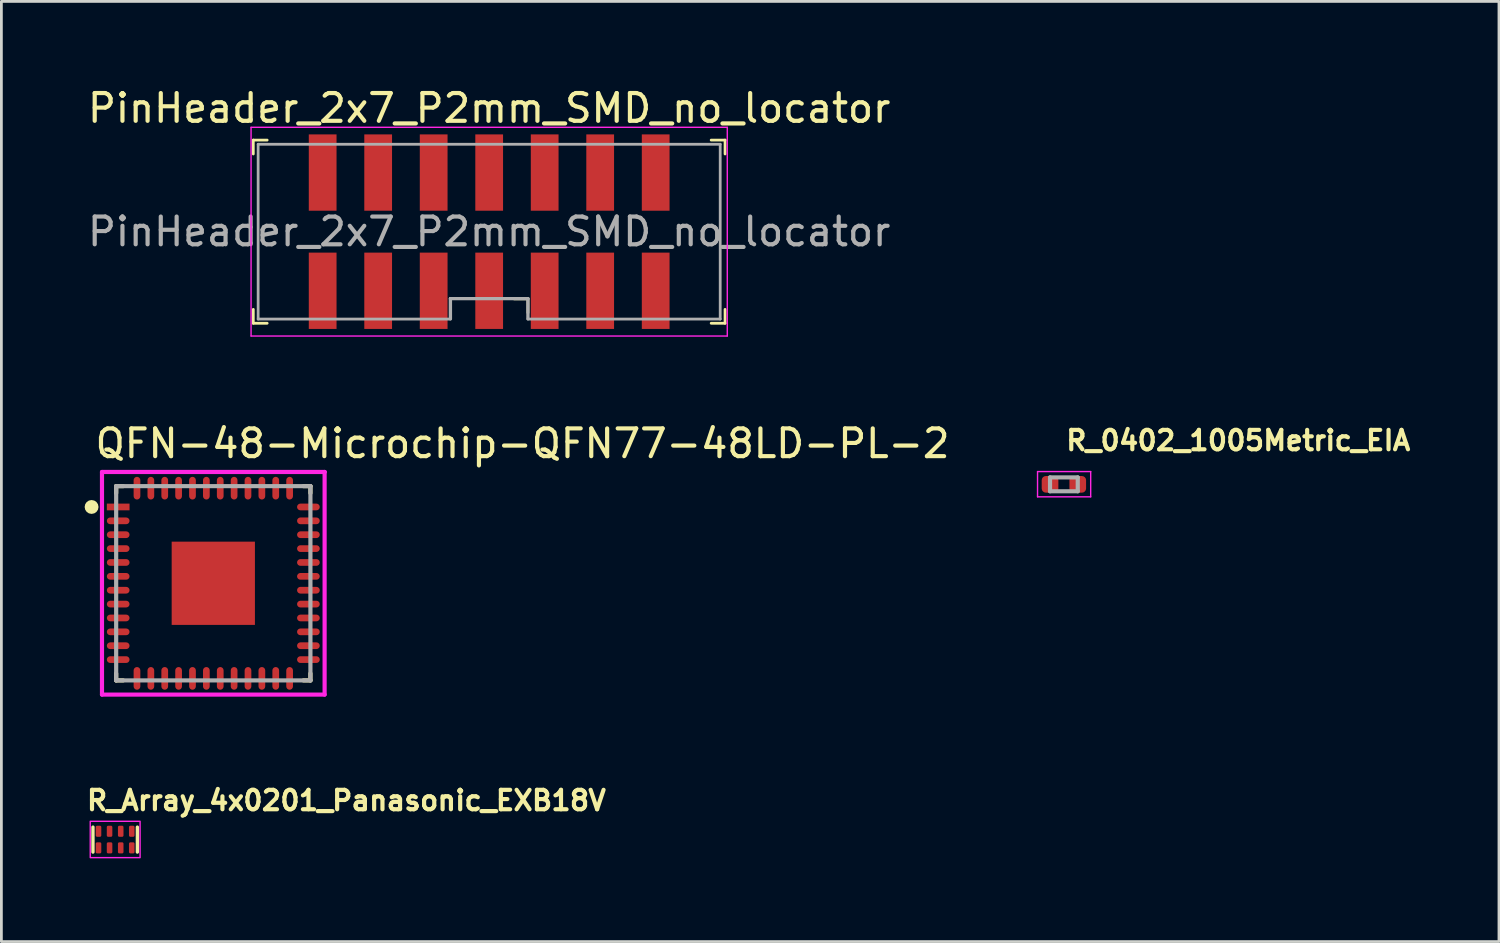
<source format=kicad_pcb>
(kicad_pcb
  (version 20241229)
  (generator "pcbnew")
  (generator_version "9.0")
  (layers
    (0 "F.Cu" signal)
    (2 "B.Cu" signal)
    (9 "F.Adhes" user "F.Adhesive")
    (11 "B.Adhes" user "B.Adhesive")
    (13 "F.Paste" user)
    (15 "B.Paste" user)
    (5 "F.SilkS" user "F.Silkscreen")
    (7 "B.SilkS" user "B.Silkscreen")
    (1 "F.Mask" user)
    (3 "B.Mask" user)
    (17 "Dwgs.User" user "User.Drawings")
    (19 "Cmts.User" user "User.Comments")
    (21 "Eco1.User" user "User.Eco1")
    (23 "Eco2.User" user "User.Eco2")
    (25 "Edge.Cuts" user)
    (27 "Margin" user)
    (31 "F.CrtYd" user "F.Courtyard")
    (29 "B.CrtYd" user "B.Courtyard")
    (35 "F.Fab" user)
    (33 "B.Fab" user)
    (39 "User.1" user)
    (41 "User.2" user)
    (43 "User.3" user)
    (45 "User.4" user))
  (footprint "R_0402_1005Metric_EIA"
    (layer "F.Cu")
    (at 35.287 14.403)
    (property "Reference" "R_0402_1005Metric_EIA" (at 0 -1.17 0) (layer "F.SilkS") (effects (font (size 0.7 0.7) (thickness 0.15)) (justify left bottom)))
    (attr smd)
    (fp_line (start -0.95 -0.46) (end 0.965 -0.46) (stroke (width 0.05) (type solid)) (layer "F.CrtYd"))
    (fp_line (start -0.95 0.45) (end -0.95 -0.46) (stroke (width 0.05) (type solid)) (layer "F.CrtYd"))
    (fp_line (start 0.965 -0.46) (end 0.965 0.45) (stroke (width 0.05) (type solid)) (layer "F.CrtYd"))
    (fp_line (start 0.965 0.45) (end -0.95 0.45) (stroke (width 0.05) (type solid)) (layer "F.CrtYd"))
    (fp_line (start -0.5 -0.25) (end 0.499 -0.25) (stroke (width 0.15) (type solid)) (layer "F.Fab"))
    (fp_line (start -0.5 0.249) (end -0.5 -0.25) (stroke (width 0.15) (type solid)) (layer "F.Fab"))
    (fp_line (start 0.499 -0.25) (end 0.499 0.249) (stroke (width 0.15) (type solid)) (layer "F.Fab"))
    (fp_line (start 0.499 0.249) (end -0.5 0.249) (stroke (width 0.15) (type solid)) (layer "F.Fab"))
    (fp_rect (start -0.5 -0.25) (end 0.5 0.25) (stroke (width 0.15) (type solid)) (fill no) (layer "User.5"))
    (fp_line (start -0.5 0.25) (end -0.5 -0.25) (stroke (width 0.01) (type solid)) (layer "User.9"))
    (fp_line (start -0.25 -0.25) (end -0.5 -0.25) (stroke (width 0.01) (type solid)) (layer "User.9"))
    (fp_line (start -0.25 0.25) (end -0.5 0.25) (stroke (width 0.01) (type solid)) (layer "User.9"))
    (fp_line (start -0.25 0.25) (end -0.25 -0.25) (stroke (width 0.01) (type solid)) (layer "User.9"))
    (fp_line (start 0.25 -0.25) (end 0.25 0.25) (stroke (width 0.01) (type solid)) (layer "User.9"))
    (fp_line (start 0.25 -0.23) (end -0.25 -0.23) (stroke (width 0.01) (type solid)) (layer "User.9"))
    (fp_line (start 0.25 0.23) (end -0.25 0.23) (stroke (width 0.01) (type solid)) (layer "User.9"))
    (fp_line (start 0.25 0.25) (end 0.5 0.25) (stroke (width 0.01) (type solid)) (layer "User.9"))
    (fp_line (start 0.5 -0.25) (end 0.25 -0.25) (stroke (width 0.01) (type solid)) (layer "User.9"))
    (fp_line (start 0.5 0.25) (end 0.5 -0.25) (stroke (width 0.01) (type solid)) (layer "User.9"))
    (pad "1" smd roundrect (at -0.5 0 90) (size 0.6 0.6) (layers "F.Cu" "F.Mask" "F.Paste") (roundrect_rratio 0.25))
    (pad "2" smd roundrect (at 0.499 0) (size 0.6 0.6) (layers "F.Cu" "F.Mask" "F.Paste") (roundrect_rratio 0.25)))
  (footprint "R_Array_4x0201_Panasonic_EXB18V"
    (layer "F.Cu")
    (at 1.1 27.204)
    (property "Reference" "R_Array_4x0201_Panasonic_EXB18V" (at -1.1 -1 180) (layer "F.SilkS") (effects (font (size 0.7 0.7) (thickness 0.15)) (justify left bottom)))
    (attr smd)
    (fp_line (start -0.8 -0.45) (end -0.8 0.45) (stroke (width 0.12) (type solid)) (layer "F.SilkS"))
    (fp_line (start 0.8 -0.45) (end 0.8 0.45) (stroke (width 0.12) (type solid)) (layer "F.SilkS"))
    (fp_rect (start -0.898 -0.66) (end 0.898 0.65) (stroke (width 0.05) (type solid)) (fill no) (layer "F.CrtYd"))
    (fp_rect (start -0.749 -0.356) (end 0.747 0.354) (stroke (width 0.1) (type solid)) (fill no) (layer "User.5"))
    (fp_line (start -0.749 -0.332) (end -0.749 0.33) (stroke (width 0.02) (type solid)) (layer "User.9"))
    (fp_line (start -0.749 0.33) (end -0.711 0.33) (stroke (width 0.02) (type solid)) (layer "User.9"))
    (fp_line (start -0.711 -0.356) (end -0.508 -0.356) (stroke (width 0.02) (type solid)) (layer "User.9"))
    (fp_line (start -0.711 -0.332) (end -0.749 -0.332) (stroke (width 0.02) (type solid)) (layer "User.9"))
    (fp_line (start -0.711 -0.127) (end -0.711 -0.356) (stroke (width 0.02) (type solid)) (layer "User.9"))
    (fp_line (start -0.711 0.125) (end -0.508 0.125) (stroke (width 0.02) (type solid)) (layer "User.9"))
    (fp_line (start -0.711 0.354) (end -0.711 0.125) (stroke (width 0.02) (type solid)) (layer "User.9"))
    (fp_line (start -0.508 -0.356) (end -0.508 -0.127) (stroke (width 0.02) (type solid)) (layer "User.9"))
    (fp_line (start -0.508 -0.127) (end -0.711 -0.127) (stroke (width 0.02) (type solid)) (layer "User.9"))
    (fp_line (start -0.508 0.125) (end -0.508 0.354) (stroke (width 0.02) (type solid)) (layer "User.9"))
    (fp_line (start -0.508 0.33) (end -0.305 0.33) (stroke (width 0.02) (type solid)) (layer "User.9"))
    (fp_line (start -0.508 0.354) (end -0.711 0.354) (stroke (width 0.02) (type solid)) (layer "User.9"))
    (fp_line (start -0.305 -0.356) (end -0.103 -0.356) (stroke (width 0.02) (type solid)) (layer "User.9"))
    (fp_line (start -0.305 -0.332) (end -0.508 -0.332) (stroke (width 0.02) (type solid)) (layer "User.9"))
    (fp_line (start -0.305 -0.127) (end -0.305 -0.356) (stroke (width 0.02) (type solid)) (layer "User.9"))
    (fp_line (start -0.305 0.125) (end -0.103 0.125) (stroke (width 0.02) (type solid)) (layer "User.9"))
    (fp_line (start -0.305 0.354) (end -0.305 0.125) (stroke (width 0.02) (type solid)) (layer "User.9"))
    (fp_line (start -0.103 -0.356) (end -0.103 -0.127) (stroke (width 0.02) (type solid)) (layer "User.9"))
    (fp_line (start -0.103 -0.127) (end -0.305 -0.127) (stroke (width 0.02) (type solid)) (layer "User.9"))
    (fp_line (start -0.103 0.125) (end -0.103 0.354) (stroke (width 0.02) (type solid)) (layer "User.9"))
    (fp_line (start -0.103 0.33) (end 0.101 0.33) (stroke (width 0.02) (type solid)) (layer "User.9"))
    (fp_line (start -0.103 0.354) (end -0.305 0.354) (stroke (width 0.02) (type solid)) (layer "User.9"))
    (fp_line (start 0.101 -0.356) (end 0.303 -0.356) (stroke (width 0.02) (type solid)) (layer "User.9"))
    (fp_line (start 0.101 -0.332) (end -0.103 -0.332) (stroke (width 0.02) (type solid)) (layer "User.9"))
    (fp_line (start 0.101 -0.127) (end 0.101 -0.356) (stroke (width 0.02) (type solid)) (layer "User.9"))
    (fp_line (start 0.101 0.125) (end 0.303 0.125) (stroke (width 0.02) (type solid)) (layer "User.9"))
    (fp_line (start 0.101 0.354) (end 0.101 0.125) (stroke (width 0.02) (type solid)) (layer "User.9"))
    (fp_line (start 0.303 -0.356) (end 0.303 -0.127) (stroke (width 0.02) (type solid)) (layer "User.9"))
    (fp_line (start 0.303 -0.127) (end 0.101 -0.127) (stroke (width 0.02) (type solid)) (layer "User.9"))
    (fp_line (start 0.303 0.125) (end 0.303 0.354) (stroke (width 0.02) (type solid)) (layer "User.9"))
    (fp_line (start 0.303 0.33) (end 0.506 0.33) (stroke (width 0.02) (type solid)) (layer "User.9"))
    (fp_line (start 0.303 0.354) (end 0.101 0.354) (stroke (width 0.02) (type solid)) (layer "User.9"))
    (fp_line (start 0.506 -0.356) (end 0.709 -0.356) (stroke (width 0.02) (type solid)) (layer "User.9"))
    (fp_line (start 0.506 -0.332) (end 0.303 -0.332) (stroke (width 0.02) (type solid)) (layer "User.9"))
    (fp_line (start 0.506 -0.127) (end 0.506 -0.356) (stroke (width 0.02) (type solid)) (layer "User.9"))
    (fp_line (start 0.506 0.125) (end 0.709 0.125) (stroke (width 0.02) (type solid)) (layer "User.9"))
    (fp_line (start 0.506 0.354) (end 0.506 0.125) (stroke (width 0.02) (type solid)) (layer "User.9"))
    (fp_line (start 0.709 -0.356) (end 0.709 -0.127) (stroke (width 0.02) (type solid)) (layer "User.9"))
    (fp_line (start 0.709 -0.127) (end 0.506 -0.127) (stroke (width 0.02) (type solid)) (layer "User.9"))
    (fp_line (start 0.709 0.125) (end 0.709 0.354) (stroke (width 0.02) (type solid)) (layer "User.9"))
    (fp_line (start 0.709 0.33) (end 0.747 0.33) (stroke (width 0.02) (type solid)) (layer "User.9"))
    (fp_line (start 0.709 0.354) (end 0.506 0.354) (stroke (width 0.02) (type solid)) (layer "User.9"))
    (fp_line (start 0.747 -0.332) (end 0.709 -0.332) (stroke (width 0.02) (type solid)) (layer "User.9"))
    (fp_line (start 0.747 0.33) (end 0.747 -0.332) (stroke (width 0.02) (type solid)) (layer "User.9"))
    (pad "1" smd roundrect (at -0.6 0.298) (size 0.2 0.4) (layers "F.Cu" "F.Mask" "F.Paste") (roundrect_rratio 0.25))
    (pad "2" smd roundrect (at -0.202 0.298) (size 0.2 0.4) (layers "F.Cu" "F.Mask" "F.Paste") (roundrect_rratio 0.25))
    (pad "3" smd roundrect (at 0.2 0.298) (size 0.2 0.4) (layers "F.Cu" "F.Mask" "F.Paste") (roundrect_rratio 0.25))
    (pad "4" smd roundrect (at 0.598 0.298) (size 0.2 0.4) (layers "F.Cu" "F.Mask" "F.Paste") (roundrect_rratio 0.25))
    (pad "5" smd roundrect (at 0.598 -0.3) (size 0.2 0.4) (layers "F.Cu" "F.Mask" "F.Paste") (roundrect_rratio 0.25))
    (pad "6" smd roundrect (at 0.2 -0.3) (size 0.2 0.4) (layers "F.Cu" "F.Mask" "F.Paste") (roundrect_rratio 0.25))
    (pad "7" smd roundrect (at -0.202 -0.3) (size 0.2 0.4) (layers "F.Cu" "F.Mask" "F.Paste") (roundrect_rratio 0.25))
    (pad "8" smd roundrect (at -0.6 -0.3) (size 0.2 0.4) (layers "F.Cu" "F.Mask" "F.Paste") (roundrect_rratio 0.25)))
  (footprint "QFN-48-Microchip-QFN77-48LD-PL-2"
    (layer "F.Cu")
    (at 4.636 17.968)
    (property "Reference" "QFN-48-Microchip-QFN77-48LD-PL-2" (at -4.336 -5.036 0) (layer "F.SilkS") (effects (font (size 1 1) (thickness 0.15)) (justify left)))
    (attr smd)
    (fp_line (start -3.5 -3.5) (end -3.5 -3.25) (stroke (width 0.15) (type solid)) (layer "F.SilkS"))
    (fp_line (start -3.5 3.5) (end -3.5 3.25) (stroke (width 0.15) (type solid)) (layer "F.SilkS"))
    (fp_line (start -3.25 -3.5) (end -3.5 -3.5) (stroke (width 0.15) (type solid)) (layer "F.SilkS"))
    (fp_line (start -3.25 3.5) (end -3.5 3.5) (stroke (width 0.15) (type solid)) (layer "F.SilkS"))
    (fp_line (start 3.25 -3.5) (end 3.5 -3.5) (stroke (width 0.15) (type solid)) (layer "F.SilkS"))
    (fp_line (start 3.25 3.5) (end 3.5 3.5) (stroke (width 0.15) (type solid)) (layer "F.SilkS"))
    (fp_line (start 3.5 -3.5) (end 3.5 -3.25) (stroke (width 0.15) (type solid)) (layer "F.SilkS"))
    (fp_line (start 3.5 3.5) (end 3.5 3.25) (stroke (width 0.15) (type solid)) (layer "F.SilkS"))
    (fp_circle (center -4.386 -2.75) (end -4.261 -2.75) (stroke (width 0.25) (type solid)) (fill no) (layer "F.SilkS"))
    (fp_poly (pts (xy -0.122 -0.122) (xy -1.113 -0.122) (xy -1.113 -1.113) (xy -0.122 -1.113)) (stroke (width 0.1) (type solid)) (fill yes) (layer "F.Paste"))
    (fp_poly (pts (xy -0.122 1.128) (xy -1.113 1.128) (xy -1.113 0.137) (xy -0.122 0.137)) (stroke (width 0.1) (type solid)) (fill yes) (layer "F.Paste"))
    (fp_poly (pts (xy 1.128 -0.122) (xy 0.137 -0.122) (xy 0.137 -1.113) (xy 1.128 -1.113)) (stroke (width 0.1) (type solid)) (fill yes) (layer "F.Paste"))
    (fp_poly (pts (xy 1.128 1.128) (xy 0.137 1.128) (xy 0.137 0.137) (xy 1.128 0.137)) (stroke (width 0.1) (type solid)) (fill yes) (layer "F.Paste"))
    (fp_line (start -4.011 -4.011) (end -4.011 4.011) (stroke (width 0.15) (type solid)) (layer "F.CrtYd"))
    (fp_line (start -4.011 4.011) (end 4.011 4.011) (stroke (width 0.15) (type solid)) (layer "F.CrtYd"))
    (fp_line (start 4.011 -4.011) (end -4.011 -4.011) (stroke (width 0.15) (type solid)) (layer "F.CrtYd"))
    (fp_line (start 4.011 -4.011) (end 4.011 -4.011) (stroke (width 0.15) (type solid)) (layer "F.CrtYd"))
    (fp_line (start 4.011 4.011) (end 4.011 -4.011) (stroke (width 0.15) (type solid)) (layer "F.CrtYd"))
    (fp_line (start -3.5 -3.5) (end 3.5 -3.5) (stroke (width 0.15) (type solid)) (layer "F.Fab"))
    (fp_line (start -3.5 3.5) (end -3.5 -3.5) (stroke (width 0.15) (type solid)) (layer "F.Fab"))
    (fp_line (start 3.5 -3.5) (end 3.5 3.5) (stroke (width 0.15) (type solid)) (layer "F.Fab"))
    (fp_line (start 3.5 3.5) (end -3.5 3.5) (stroke (width 0.15) (type solid)) (layer "F.Fab"))
    (pad "1" smd rect (at -3.427 -2.75) (size 0.818 0.242) (layers "F.Cu" "F.Mask" "F.Paste"))
    (pad "2" smd roundrect (at -3.427 -2.25) (size 0.818 0.242) (layers "F.Cu" "F.Mask" "F.Paste") (roundrect_rratio 0.5))
    (pad "3" smd roundrect (at -3.427 -1.75) (size 0.818 0.242) (layers "F.Cu" "F.Mask" "F.Paste") (roundrect_rratio 0.5))
    (pad "4" smd roundrect (at -3.427 -1.25) (size 0.818 0.242) (layers "F.Cu" "F.Mask" "F.Paste") (roundrect_rratio 0.5))
    (pad "5" smd roundrect (at -3.427 -0.75) (size 0.818 0.242) (layers "F.Cu" "F.Mask" "F.Paste") (roundrect_rratio 0.5))
    (pad "6" smd roundrect (at -3.427 -0.25) (size 0.818 0.242) (layers "F.Cu" "F.Mask" "F.Paste") (roundrect_rratio 0.5))
    (pad "7" smd roundrect (at -3.427 0.25) (size 0.818 0.242) (layers "F.Cu" "F.Mask" "F.Paste") (roundrect_rratio 0.5))
    (pad "8" smd roundrect (at -3.427 0.75) (size 0.818 0.242) (layers "F.Cu" "F.Mask" "F.Paste") (roundrect_rratio 0.5))
    (pad "9" smd roundrect (at -3.427 1.25) (size 0.818 0.242) (layers "F.Cu" "F.Mask" "F.Paste") (roundrect_rratio 0.5))
    (pad "10" smd roundrect (at -3.427 1.75) (size 0.818 0.242) (layers "F.Cu" "F.Mask" "F.Paste") (roundrect_rratio 0.5))
    (pad "11" smd roundrect (at -3.427 2.25) (size 0.818 0.242) (layers "F.Cu" "F.Mask" "F.Paste") (roundrect_rratio 0.5))
    (pad "12" smd roundrect (at -3.427 2.75) (size 0.818 0.242) (layers "F.Cu" "F.Mask" "F.Paste") (roundrect_rratio 0.5))
    (pad "13" smd roundrect (at -2.75 3.427) (size 0.242 0.818) (layers "F.Cu" "F.Mask" "F.Paste") (roundrect_rratio 0.5))
    (pad "14" smd roundrect (at -2.25 3.427) (size 0.242 0.818) (layers "F.Cu" "F.Mask" "F.Paste") (roundrect_rratio 0.5))
    (pad "15" smd roundrect (at -1.75 3.427) (size 0.242 0.818) (layers "F.Cu" "F.Mask" "F.Paste") (roundrect_rratio 0.5))
    (pad "16" smd roundrect (at -1.25 3.427) (size 0.242 0.818) (layers "F.Cu" "F.Mask" "F.Paste") (roundrect_rratio 0.5))
    (pad "17" smd roundrect (at -0.75 3.427) (size 0.242 0.818) (layers "F.Cu" "F.Mask" "F.Paste") (roundrect_rratio 0.5))
    (pad "18" smd roundrect (at -0.25 3.427) (size 0.242 0.818) (layers "F.Cu" "F.Mask" "F.Paste") (roundrect_rratio 0.5))
    (pad "19" smd roundrect (at 0.25 3.427) (size 0.242 0.818) (layers "F.Cu" "F.Mask" "F.Paste") (roundrect_rratio 0.5))
    (pad "20" smd roundrect (at 0.75 3.427) (size 0.242 0.818) (layers "F.Cu" "F.Mask" "F.Paste") (roundrect_rratio 0.5))
    (pad "21" smd roundrect (at 1.25 3.427) (size 0.242 0.818) (layers "F.Cu" "F.Mask" "F.Paste") (roundrect_rratio 0.5))
    (pad "22" smd roundrect (at 1.75 3.427) (size 0.242 0.818) (layers "F.Cu" "F.Mask" "F.Paste") (roundrect_rratio 0.5))
    (pad "23" smd roundrect (at 2.25 3.427) (size 0.242 0.818) (layers "F.Cu" "F.Mask" "F.Paste") (roundrect_rratio 0.5))
    (pad "24" smd roundrect (at 2.75 3.427) (size 0.242 0.818) (layers "F.Cu" "F.Mask" "F.Paste") (roundrect_rratio 0.5))
    (pad "25" smd roundrect (at 3.427 2.75) (size 0.818 0.242) (layers "F.Cu" "F.Mask" "F.Paste") (roundrect_rratio 0.5))
    (pad "26" smd roundrect (at 3.427 2.25) (size 0.818 0.242) (layers "F.Cu" "F.Mask" "F.Paste") (roundrect_rratio 0.5))
    (pad "27" smd roundrect (at 3.427 1.75) (size 0.818 0.242) (layers "F.Cu" "F.Mask" "F.Paste") (roundrect_rratio 0.5))
    (pad "28" smd roundrect (at 3.427 1.25) (size 0.818 0.242) (layers "F.Cu" "F.Mask" "F.Paste") (roundrect_rratio 0.5))
    (pad "29" smd roundrect (at 3.427 0.75) (size 0.818 0.242) (layers "F.Cu" "F.Mask" "F.Paste") (roundrect_rratio 0.5))
    (pad "30" smd roundrect (at 3.427 0.25) (size 0.818 0.242) (layers "F.Cu" "F.Mask" "F.Paste") (roundrect_rratio 0.5))
    (pad "31" smd roundrect (at 3.427 -0.25) (size 0.818 0.242) (layers "F.Cu" "F.Mask" "F.Paste") (roundrect_rratio 0.5))
    (pad "32" smd roundrect (at 3.427 -0.75) (size 0.818 0.242) (layers "F.Cu" "F.Mask" "F.Paste") (roundrect_rratio 0.5))
    (pad "33" smd roundrect (at 3.427 -1.25) (size 0.818 0.242) (layers "F.Cu" "F.Mask" "F.Paste") (roundrect_rratio 0.5))
    (pad "34" smd roundrect (at 3.427 -1.75) (size 0.818 0.242) (layers "F.Cu" "F.Mask" "F.Paste") (roundrect_rratio 0.5))
    (pad "35" smd roundrect (at 3.427 -2.25) (size 0.818 0.242) (layers "F.Cu" "F.Mask" "F.Paste") (roundrect_rratio 0.5))
    (pad "36" smd roundrect (at 3.427 -2.75) (size 0.818 0.242) (layers "F.Cu" "F.Mask" "F.Paste") (roundrect_rratio 0.5))
    (pad "37" smd roundrect (at 2.75 -3.427) (size 0.242 0.818) (layers "F.Cu" "F.Mask" "F.Paste") (roundrect_rratio 0.5))
    (pad "38" smd roundrect (at 2.25 -3.427) (size 0.242 0.818) (layers "F.Cu" "F.Mask" "F.Paste") (roundrect_rratio 0.5))
    (pad "39" smd roundrect (at 1.75 -3.427) (size 0.242 0.818) (layers "F.Cu" "F.Mask" "F.Paste") (roundrect_rratio 0.5))
    (pad "40" smd roundrect (at 1.25 -3.427) (size 0.242 0.818) (layers "F.Cu" "F.Mask" "F.Paste") (roundrect_rratio 0.5))
    (pad "41" smd roundrect (at 0.75 -3.427) (size 0.242 0.818) (layers "F.Cu" "F.Mask" "F.Paste") (roundrect_rratio 0.5))
    (pad "42" smd roundrect (at 0.25 -3.427) (size 0.242 0.818) (layers "F.Cu" "F.Mask" "F.Paste") (roundrect_rratio 0.5))
    (pad "43" smd roundrect (at -0.25 -3.427) (size 0.242 0.818) (layers "F.Cu" "F.Mask" "F.Paste") (roundrect_rratio 0.5))
    (pad "44" smd roundrect (at -0.75 -3.427) (size 0.242 0.818) (layers "F.Cu" "F.Mask" "F.Paste") (roundrect_rratio 0.5))
    (pad "45" smd roundrect (at -1.25 -3.427) (size 0.242 0.818) (layers "F.Cu" "F.Mask" "F.Paste") (roundrect_rratio 0.5))
    (pad "46" smd roundrect (at -1.75 -3.427) (size 0.242 0.818) (layers "F.Cu" "F.Mask" "F.Paste") (roundrect_rratio 0.5))
    (pad "47" smd roundrect (at -2.25 -3.427) (size 0.242 0.818) (layers "F.Cu" "F.Mask" "F.Paste") (roundrect_rratio 0.5))
    (pad "48" smd roundrect (at -2.75 -3.427) (size 0.242 0.818) (layers "F.Cu" "F.Mask" "F.Paste") (roundrect_rratio 0.5))
    (pad "49" smd rect (at 0 0) (size 3 3) (layers "F.Cu" "F.Mask")))
  (footprint "PinHeader_2x7_P2mm_SMD_no_locator"
    (layer "F.Cu")
    (at 14.577 5.298)
    (property "Reference" "PinHeader_2x7_P2mm_SMD_no_locator" (at 0 -4.45 0) (layer "F.SilkS") (effects (font (size 1 1) (thickness 0.15))))
    (attr smd)
    (fp_line (start -8.5 -3.3) (end -8.5 -2.8) (stroke (width 0.1) (type solid)) (layer "F.SilkS"))
    (fp_line (start -8.5 -3.3) (end -8 -3.3) (stroke (width 0.1) (type solid)) (layer "F.SilkS"))
    (fp_line (start -8.5 3.3) (end -8.5 2.8) (stroke (width 0.1) (type solid)) (layer "F.SilkS"))
    (fp_line (start -8.5 3.3) (end -8 3.3) (stroke (width 0.1) (type solid)) (layer "F.SilkS"))
    (fp_line (start -1.397 2.413) (end -1.397 2.913) (stroke (width 0.1) (type solid)) (layer "F.SilkS"))
    (fp_line (start -1.397 2.413) (end -0.897 2.413) (stroke (width 0.1) (type solid)) (layer "F.SilkS"))
    (fp_line (start 1.397 2.421) (end 0.897 2.421) (stroke (width 0.1) (type solid)) (layer "F.SilkS"))
    (fp_line (start 1.397 2.421) (end 1.397 2.921) (stroke (width 0.1) (type solid)) (layer "F.SilkS"))
    (fp_line (start 8.5 -3.3) (end 8 -3.3) (stroke (width 0.1) (type solid)) (layer "F.SilkS"))
    (fp_line (start 8.5 -3.3) (end 8.5 -2.8) (stroke (width 0.1) (type solid)) (layer "F.SilkS"))
    (fp_line (start 8.5 3.3) (end 8 3.3) (stroke (width 0.1) (type solid)) (layer "F.SilkS"))
    (fp_line (start 8.5 3.3) (end 8.5 2.8) (stroke (width 0.1) (type solid)) (layer "F.SilkS"))
    (fp_line (start -8.58 -3.76) (end -8.58 3.76) (stroke (width 0.05) (type solid)) (layer "F.CrtYd"))
    (fp_line (start 8.58 -3.76) (end -8.58 -3.76) (stroke (width 0.05) (type solid)) (layer "F.CrtYd"))
    (fp_line (start 8.58 -3.76) (end 8.58 3.76) (stroke (width 0.05) (type solid)) (layer "F.CrtYd"))
    (fp_line (start 8.58 3.76) (end -8.58 3.76) (stroke (width 0.05) (type solid)) (layer "F.CrtYd"))
    (fp_line (start -8.325 -3.15) (end 8.325 -3.15) (stroke (width 0.1) (type solid)) (layer "F.Fab"))
    (fp_line (start -8.325 3.15) (end -8.325 -3.15) (stroke (width 0.1) (type solid)) (layer "F.Fab"))
    (fp_line (start -8.325 3.15) (end -1.397 3.15) (stroke (width 0.1) (type solid)) (layer "F.Fab"))
    (fp_line (start -1.397 2.413) (end -1.397 3.14) (stroke (width 0.12) (type solid)) (layer "F.Fab"))
    (fp_line (start -1.397 2.413) (end 1.397 2.413) (stroke (width 0.12) (type solid)) (layer "F.Fab"))
    (fp_line (start 1.397 2.413) (end 1.397 3.14) (stroke (width 0.12) (type solid)) (layer "F.Fab"))
    (fp_line (start 1.397 3.15) (end 8.325 3.15) (stroke (width 0.1) (type solid)) (layer "F.Fab"))
    (fp_line (start 8.325 3.15) (end 8.325 -3.15) (stroke (width 0.1) (type solid)) (layer "F.Fab"))
    (fp_text user "${REFERENCE}" (at 0 0 0) (layer "F.Fab") (effects (font (size 1 1) (thickness 0.15))))
    (pad "1" smd rect (at -6 2.13) (size 1 2.75) (layers "F.Cu" "F.Mask" "F.Paste"))
    (pad "2" smd rect (at -6 -2.13) (size 1 2.75) (layers "F.Cu" "F.Mask" "F.Paste"))
    (pad "3" smd rect (at -4 2.13) (size 1 2.75) (layers "F.Cu" "F.Mask" "F.Paste"))
    (pad "4" smd rect (at -4 -2.13) (size 1 2.75) (layers "F.Cu" "F.Mask" "F.Paste"))
    (pad "5" smd rect (at -2 2.13) (size 1 2.75) (layers "F.Cu" "F.Mask" "F.Paste"))
    (pad "6" smd rect (at -2 -2.13) (size 1 2.75) (layers "F.Cu" "F.Mask" "F.Paste"))
    (pad "7" smd rect (at 0 2.13) (size 1 2.75) (layers "F.Cu" "F.Mask" "F.Paste"))
    (pad "8" smd rect (at 0 -2.13) (size 1 2.75) (layers "F.Cu" "F.Mask" "F.Paste"))
    (pad "9" smd rect (at 2 2.13) (size 1 2.75) (layers "F.Cu" "F.Mask" "F.Paste"))
    (pad "10" smd rect (at 2 -2.13) (size 1 2.75) (layers "F.Cu" "F.Mask" "F.Paste"))
    (pad "11" smd rect (at 4 2.13) (size 1 2.75) (layers "F.Cu" "F.Mask" "F.Paste"))
    (pad "12" smd rect (at 4 -2.13) (size 1 2.75) (layers "F.Cu" "F.Mask" "F.Paste"))
    (pad "13" smd rect (at 6 2.13) (size 1 2.75) (layers "F.Cu" "F.Mask" "F.Paste"))
    (pad "14" smd rect (at 6 -2.13) (size 1 2.75) (layers "F.Cu" "F.Mask" "F.Paste")))
  (gr_rect
    (start -3 -3)
    (end 50.964 30.879)
    (stroke (width 0.1) (type default))
    (fill no)
    (layer "Edge.Cuts")))
</source>
